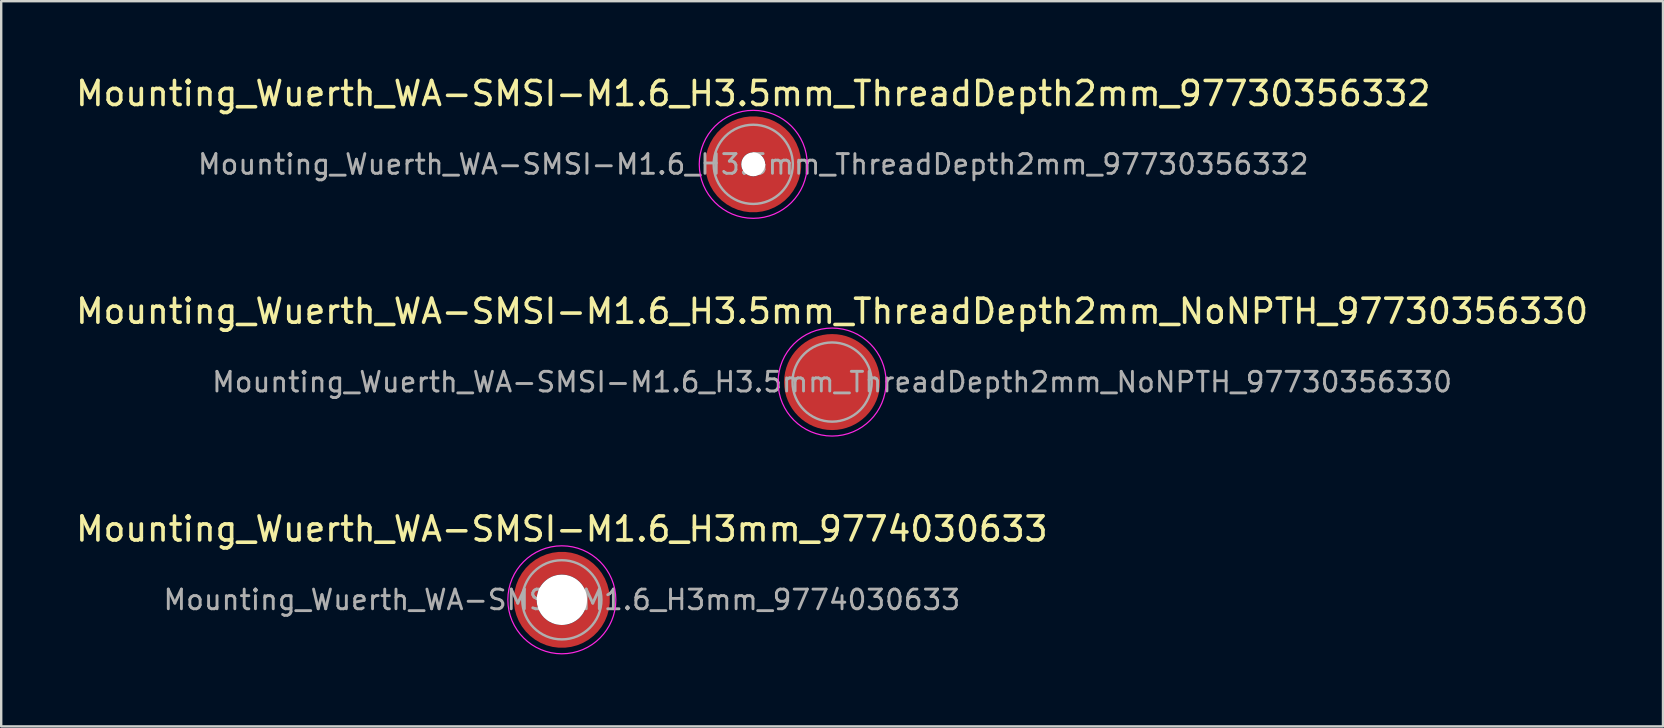
<source format=kicad_pcb>
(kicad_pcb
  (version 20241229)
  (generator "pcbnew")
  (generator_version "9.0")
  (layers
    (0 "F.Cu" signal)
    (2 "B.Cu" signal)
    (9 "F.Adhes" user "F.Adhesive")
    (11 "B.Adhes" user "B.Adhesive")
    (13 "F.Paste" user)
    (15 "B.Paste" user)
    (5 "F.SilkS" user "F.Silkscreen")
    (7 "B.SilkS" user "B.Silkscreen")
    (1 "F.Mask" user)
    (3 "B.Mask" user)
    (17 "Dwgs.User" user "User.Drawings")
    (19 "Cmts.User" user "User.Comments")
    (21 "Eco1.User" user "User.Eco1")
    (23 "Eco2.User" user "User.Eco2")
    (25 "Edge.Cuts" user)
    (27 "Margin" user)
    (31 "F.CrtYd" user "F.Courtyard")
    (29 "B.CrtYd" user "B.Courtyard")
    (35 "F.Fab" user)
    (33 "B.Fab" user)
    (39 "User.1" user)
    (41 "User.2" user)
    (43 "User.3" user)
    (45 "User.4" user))
  (footprint "Mounting_Wuerth_WA-SMSI-M1.6_H3mm_9774030633"
    (layer "F.Cu")
    (at 20.363 21.945)
    (property "Reference" "Mounting_Wuerth_WA-SMSI-M1.6_H3mm_9774030633" (at 0 -2.95 0) (layer "F.SilkS") (effects (font (size 1 1) (thickness 0.15))))
    (attr smd)
    (fp_circle (center 0 0) (end 2.25 0) (stroke (width 0.05) (type solid)) (fill no) (layer "F.CrtYd"))
    (fp_circle (center 0 0) (end 1.65 0) (stroke (width 0.1) (type solid)) (fill no) (layer "F.Fab"))
    (fp_text user "${REFERENCE}" (at 0 0 0) (layer "F.Fab") (effects (font (size 0.82 0.82) (thickness 0.12))))
    (pad "" smd custom (at -1.061 -1.061) (size 0.4 0.4) (layers "F.Paste") (options (anchor circle)) (primitives (gr_arc (start -0.101235 0.76066) (mid 0.211799 0.212465) (end 0.759748 -0.100999) (width 0.2)) (gr_arc (start -0.204251 0.76066) (mid 0.141299 0.141544) (end 0.760323 -0.204171) (width 0.2)) (gr_arc (start -0.306819 0.76066) (mid 0.070255 0.071167) (end 0.759401 -0.306542) (width 0.2)) (gr_arc (start -0.409034 0.76066) (mid -0.000242 0.000241) (end 0.759991 -0.408897) (width 0.2)) (gr_arc (start -0.510963 0.76066) (mid -0.071561 -0.06986) (end 0.758297 -0.51051) (width 0.2)) (gr_arc (start -0.61266 0.76066) (mid -0.142171 -0.140671) (end 0.758572 -0.612284) (width 0.2)) (gr_arc (start -0.714164 0.76066) (mid -0.212264 -0.212) (end 0.760292 -0.714102) (width 0.2)) (gr_line (start 0.761 -0.101) (end 0.761 -0.714) (width 0.2)) (gr_line (start -0.101 0.761) (end -0.714 0.761) (width 0.2))))
    (pad "" smd custom (at -1.061 1.061) (size 0.4 0.4) (layers "F.Paste") (options (anchor circle)) (primitives (gr_arc (start 0.76066 0.101235) (mid 0.212465 -0.211799) (end -0.100999 -0.759748) (width 0.2)) (gr_arc (start 0.76066 0.204251) (mid 0.141544 -0.141299) (end -0.204171 -0.760323) (width 0.2)) (gr_arc (start 0.76066 0.306819) (mid 0.071167 -0.070255) (end -0.306542 -0.759401) (width 0.2)) (gr_arc (start 0.76066 0.409034) (mid 0.000241 0.000242) (end -0.408897 -0.759991) (width 0.2)) (gr_arc (start 0.76066 0.510963) (mid -0.06986 0.071561) (end -0.51051 -0.758297) (width 0.2)) (gr_arc (start 0.76066 0.61266) (mid -0.140671 0.142171) (end -0.612284 -0.758572) (width 0.2)) (gr_arc (start 0.76066 0.714164) (mid -0.212 0.212264) (end -0.714102 -0.760292) (width 0.2)) (gr_line (start -0.101 -0.761) (end -0.714 -0.761) (width 0.2)) (gr_line (start 0.761 0.101) (end 0.761 0.714) (width 0.2))))
    (pad "" np_thru_hole circle (at 0 0) (size 2.1 2.1) (drill 2.1) (layers "*.Cu" "*.Mask"))
    (pad "" smd custom (at 1.061 -1.061) (size 0.4 0.4) (layers "F.Paste") (options (anchor circle)) (primitives (gr_arc (start -0.76066 -0.101235) (mid -0.212465 0.211799) (end 0.100999 0.759748) (width 0.2)) (gr_arc (start -0.76066 -0.204251) (mid -0.141544 0.141299) (end 0.204171 0.760323) (width 0.2)) (gr_arc (start -0.76066 -0.306819) (mid -0.071167 0.070255) (end 0.306542 0.759401) (width 0.2)) (gr_arc (start -0.76066 -0.409034) (mid -0.000241 -0.000242) (end 0.408897 0.759991) (width 0.2)) (gr_arc (start -0.76066 -0.510963) (mid 0.06986 -0.071561) (end 0.51051 0.758297) (width 0.2)) (gr_arc (start -0.76066 -0.61266) (mid 0.140671 -0.142171) (end 0.612284 0.758572) (width 0.2)) (gr_arc (start -0.76066 -0.714164) (mid 0.212 -0.212264) (end 0.714102 0.760292) (width 0.2)) (gr_line (start 0.101 0.761) (end 0.714 0.761) (width 0.2)) (gr_line (start -0.761 -0.101) (end -0.761 -0.714) (width 0.2))))
    (pad "" smd custom (at 1.061 1.061) (size 0.4 0.4) (layers "F.Paste") (options (anchor circle)) (primitives (gr_arc (start 0.101235 -0.76066) (mid -0.211799 -0.212465) (end -0.759748 0.100999) (width 0.2)) (gr_arc (start 0.204251 -0.76066) (mid -0.141299 -0.141544) (end -0.760323 0.204171) (width 0.2)) (gr_arc (start 0.306819 -0.76066) (mid -0.070255 -0.071167) (end -0.759401 0.306542) (width 0.2)) (gr_arc (start 0.409034 -0.76066) (mid 0.000242 -0.000241) (end -0.759991 0.408897) (width 0.2)) (gr_arc (start 0.510963 -0.76066) (mid 0.071561 0.06986) (end -0.758297 0.51051) (width 0.2)) (gr_arc (start 0.61266 -0.76066) (mid 0.142171 0.140671) (end -0.758572 0.612284) (width 0.2)) (gr_arc (start 0.714164 -0.76066) (mid 0.212264 0.212) (end -0.760292 0.714102) (width 0.2)) (gr_line (start -0.761 0.101) (end -0.761 0.714) (width 0.2)) (gr_line (start 0.101 -0.761) (end 0.714 -0.761) (width 0.2))))
    (pad "1" smd circle (at -1.525 0) (size 0.55 0.55) (layers "F.Cu"))
    (pad "1" smd circle (at 0 -1.525) (size 0.55 0.55) (layers "F.Cu"))
    (pad "1" smd circle (at 0 1.525) (size 0.55 0.55) (layers "F.Cu"))
    (pad "1" smd custom (at 1.525 0) (size 0.55 0.55) (layers "F.Cu" "F.Mask") (options (anchor circle)) (primitives (gr_circle (center -1.525 0) (end 0 0) (width 0.95) (fill no)))))
  (footprint "Mounting_Wuerth_WA-SMSI-M1.6_H3.5mm_ThreadDepth2mm_NoNPTH_97730356330"
    (layer "F.Cu")
    (at 31.625 12.871)
    (property "Reference" "Mounting_Wuerth_WA-SMSI-M1.6_H3.5mm_ThreadDepth2mm_NoNPTH_97730356330" (at 0 -2.95 0) (layer "F.SilkS") (effects (font (size 1 1) (thickness 0.15))))
    (attr smd)
    (fp_circle (center 0 0) (end 2.25 0) (stroke (width 0.05) (type solid)) (fill no) (layer "F.CrtYd"))
    (fp_circle (center 0 0) (end 1.65 0) (stroke (width 0.1) (type solid)) (fill no) (layer "F.Fab"))
    (fp_text user "${REFERENCE}" (at 0 0 0) (layer "F.Fab") (effects (font (size 0.82 0.82) (thickness 0.12))))
    (pad "" smd custom (at -0.778 -0.778) (size 1.2 1.2) (layers "F.Paste") (options (anchor circle)) (primitives (gr_arc (start 0.465568 0.527817) (mid 0.494887 0.495062) (end 0.527624 0.465723) (width 0.2)) (gr_arc (start 0.344805 0.527817) (mid 0.424264 0.424264) (end 0.527818 0.344805) (width 0.2)) (gr_arc (start 0.232382 0.527817) (mid 0.353364 0.353743) (end 0.527329 0.232606) (width 0.2)) (gr_arc (start 0.123983 0.527817) (mid 0.282626 0.28306) (end 0.527243 0.124203) (width 0.2)) (gr_arc (start 0.017883 0.527817) (mid 0.211737 0.212527) (end 0.526755 0.018233) (width 0.2)) (gr_arc (start -0.086763 0.527817) (mid 0.141173 0.14167) (end 0.527142 -0.086568) (width 0.2)) (gr_arc (start -0.190428 0.527817) (mid 0.070433 0.070988) (end 0.527057 -0.190232) (width 0.2)) (gr_arc (start -0.293397 0.527817) (mid -0.000182 0.000182) (end 0.527315 -0.29328) (width 0.2)) (gr_arc (start -0.395852 0.527817) (mid -0.071085 -0.070336) (end 0.526781 -0.395631) (width 0.2)) (gr_arc (start -0.497918 0.527817) (mid -0.141622 -0.141221) (end 0.52726 -0.497809) (width 0.2)) (gr_arc (start -0.59968 0.527817) (mid -0.212364 -0.2119) (end 0.527171 -0.599563) (width 0.2)) (gr_arc (start -0.701202 0.527817) (mid -0.282952 -0.282733) (end 0.527511 -0.70115) (width 0.2)) (gr_arc (start -0.802531 0.527817) (mid -0.353765 -0.353343) (end 0.527227 -0.802438) (width 0.2)) (gr_arc (start -0.9037 0.527817) (mid -0.425176 -0.423352) (end 0.525265 -0.903319) (width 0.2)) (gr_arc (start -1.004737 0.527817) (mid -0.49534 -0.49461) (end 0.526794 -1.004593) (width 0.2)) (gr_line (start 0.528 0.466) (end 0.528 -1.005) (width 0.2)) (gr_line (start 0.466 0.528) (end -1.005 0.528) (width 0.2))))
    (pad "" smd custom (at -0.778 0.778) (size 1.2 1.2) (layers "F.Paste") (options (anchor circle)) (primitives (gr_arc (start 0.527817 -0.465568) (mid 0.495062 -0.494887) (end 0.465723 -0.527624) (width 0.2)) (gr_arc (start 0.527817 -0.344805) (mid 0.424264 -0.424264) (end 0.344805 -0.527818) (width 0.2)) (gr_arc (start 0.527817 -0.232382) (mid 0.353743 -0.353364) (end 0.232606 -0.527329) (width 0.2)) (gr_arc (start 0.527817 -0.123983) (mid 0.28306 -0.282626) (end 0.124203 -0.527243) (width 0.2)) (gr_arc (start 0.527817 -0.017883) (mid 0.212527 -0.211737) (end 0.018233 -0.526755) (width 0.2)) (gr_arc (start 0.527817 0.086763) (mid 0.14167 -0.141173) (end -0.086568 -0.527142) (width 0.2)) (gr_arc (start 0.527817 0.190428) (mid 0.070988 -0.070433) (end -0.190232 -0.527057) (width 0.2)) (gr_arc (start 0.527817 0.293397) (mid 0.000182 0.000182) (end -0.29328 -0.527315) (width 0.2)) (gr_arc (start 0.527817 0.395852) (mid -0.070336 0.071085) (end -0.395631 -0.526781) (width 0.2)) (gr_arc (start 0.527817 0.497918) (mid -0.141221 0.141622) (end -0.497809 -0.52726) (width 0.2)) (gr_arc (start 0.527817 0.59968) (mid -0.2119 0.212364) (end -0.599563 -0.527171) (width 0.2)) (gr_arc (start 0.527817 0.701202) (mid -0.282733 0.282952) (end -0.70115 -0.527511) (width 0.2)) (gr_arc (start 0.527817 0.802531) (mid -0.353343 0.353765) (end -0.802438 -0.527227) (width 0.2)) (gr_arc (start 0.527817 0.9037) (mid -0.423352 0.425176) (end -0.903319 -0.525265) (width 0.2)) (gr_arc (start 0.527817 1.004737) (mid -0.49461 0.49534) (end -1.004593 -0.526794) (width 0.2)) (gr_line (start 0.466 -0.528) (end -1.005 -0.528) (width 0.2)) (gr_line (start 0.528 -0.466) (end 0.528 1.005) (width 0.2))))
    (pad "" smd custom (at 0.778 -0.778) (size 1.2 1.2) (layers "F.Paste") (options (anchor circle)) (primitives (gr_arc (start -0.527817 0.465568) (mid -0.495062 0.494887) (end -0.465723 0.527624) (width 0.2)) (gr_arc (start -0.527817 0.344805) (mid -0.424264 0.424264) (end -0.344805 0.527818) (width 0.2)) (gr_arc (start -0.527817 0.232382) (mid -0.353743 0.353364) (end -0.232606 0.527329) (width 0.2)) (gr_arc (start -0.527817 0.123983) (mid -0.28306 0.282626) (end -0.124203 0.527243) (width 0.2)) (gr_arc (start -0.527817 0.017883) (mid -0.212527 0.211737) (end -0.018233 0.526755) (width 0.2)) (gr_arc (start -0.527817 -0.086763) (mid -0.14167 0.141173) (end 0.086568 0.527142) (width 0.2)) (gr_arc (start -0.527817 -0.190428) (mid -0.070988 0.070433) (end 0.190232 0.527057) (width 0.2)) (gr_arc (start -0.527817 -0.293397) (mid -0.000182 -0.000182) (end 0.29328 0.527315) (width 0.2)) (gr_arc (start -0.527817 -0.395852) (mid 0.070336 -0.071085) (end 0.395631 0.526781) (width 0.2)) (gr_arc (start -0.527817 -0.497918) (mid 0.141221 -0.141622) (end 0.497809 0.52726) (width 0.2)) (gr_arc (start -0.527817 -0.59968) (mid 0.2119 -0.212364) (end 0.599563 0.527171) (width 0.2)) (gr_arc (start -0.527817 -0.701202) (mid 0.282733 -0.282952) (end 0.70115 0.527511) (width 0.2)) (gr_arc (start -0.527817 -0.802531) (mid 0.353343 -0.353765) (end 0.802438 0.527227) (width 0.2)) (gr_arc (start -0.527817 -0.9037) (mid 0.423352 -0.425176) (end 0.903319 0.525265) (width 0.2)) (gr_arc (start -0.527817 -1.004737) (mid 0.49461 -0.49534) (end 1.004593 0.526794) (width 0.2)) (gr_line (start -0.466 0.528) (end 1.005 0.528) (width 0.2)) (gr_line (start -0.528 0.466) (end -0.528 -1.005) (width 0.2))))
    (pad "" smd custom (at 0.778 0.778) (size 1.2 1.2) (layers "F.Paste") (options (anchor circle)) (primitives (gr_arc (start -0.465568 -0.527817) (mid -0.494887 -0.495062) (end -0.527624 -0.465723) (width 0.2)) (gr_arc (start -0.344805 -0.527817) (mid -0.424264 -0.424264) (end -0.527818 -0.344805) (width 0.2)) (gr_arc (start -0.232382 -0.527817) (mid -0.353364 -0.353743) (end -0.527329 -0.232606) (width 0.2)) (gr_arc (start -0.123983 -0.527817) (mid -0.282626 -0.28306) (end -0.527243 -0.124203) (width 0.2)) (gr_arc (start -0.017883 -0.527817) (mid -0.211737 -0.212527) (end -0.526755 -0.018233) (width 0.2)) (gr_arc (start 0.086763 -0.527817) (mid -0.141173 -0.14167) (end -0.527142 0.086568) (width 0.2)) (gr_arc (start 0.190428 -0.527817) (mid -0.070433 -0.070988) (end -0.527057 0.190232) (width 0.2)) (gr_arc (start 0.293397 -0.527817) (mid 0.000182 -0.000182) (end -0.527315 0.29328) (width 0.2)) (gr_arc (start 0.395852 -0.527817) (mid 0.071085 0.070336) (end -0.526781 0.395631) (width 0.2)) (gr_arc (start 0.497918 -0.527817) (mid 0.141622 0.141221) (end -0.52726 0.497809) (width 0.2)) (gr_arc (start 0.59968 -0.527817) (mid 0.212364 0.2119) (end -0.527171 0.599563) (width 0.2)) (gr_arc (start 0.701202 -0.527817) (mid 0.282952 0.282733) (end -0.527511 0.70115) (width 0.2)) (gr_arc (start 0.802531 -0.527817) (mid 0.353765 0.353343) (end -0.527227 0.802438) (width 0.2)) (gr_arc (start 0.9037 -0.527817) (mid 0.425176 0.423352) (end -0.525265 0.903319) (width 0.2)) (gr_arc (start 1.004737 -0.527817) (mid 0.49534 0.49461) (end -0.526794 1.004593) (width 0.2)) (gr_line (start -0.528 -0.466) (end -0.528 1.005) (width 0.2)) (gr_line (start -0.466 -0.528) (end 1.005 -0.528) (width 0.2))))
    (pad "1" smd circle (at 0 0) (size 4 4) (layers "F.Cu" "F.Mask")))
  (footprint "Mounting_Wuerth_WA-SMSI-M1.6_H3.5mm_ThreadDepth2mm_97730356332"
    (layer "F.Cu")
    (at 28.339 3.798)
    (property "Reference" "Mounting_Wuerth_WA-SMSI-M1.6_H3.5mm_ThreadDepth2mm_97730356332" (at 0 -2.95 0) (layer "F.SilkS") (effects (font (size 1 1) (thickness 0.15))))
    (attr smd)
    (fp_circle (center 0 0) (end 2.25 0) (stroke (width 0.05) (type solid)) (fill no) (layer "F.CrtYd"))
    (fp_circle (center 0 0) (end 1.65 0) (stroke (width 0.1) (type solid)) (fill no) (layer "F.Fab"))
    (fp_text user "${REFERENCE}" (at 0 0 0) (layer "F.Fab") (effects (font (size 0.82 0.82) (thickness 0.12))))
    (pad "" smd custom (at 0 -1.25) (size 0.9 0.9) (layers "F.Paste") (options (anchor circle)) (primitives (gr_arc (start -0.259808 0.6) (mid -0.00045 0.55) (end 0.258972 0.599667) (width 0.2)) (gr_arc (start -0.466369 0.6) (mid -0.000127 0.45) (end 0.466163 0.599852) (width 0.2)) (gr_arc (start -0.622495 0.6) (mid -0.000185 0.35) (end 0.622228 0.599745) (width 0.2)) (gr_arc (start -0.759934 0.6) (mid -0.000146 0.25) (end 0.759744 0.599777) (width 0.2)) (gr_arc (start -0.887412 0.6) (mid -0.000546 0.15) (end 0.886766 0.599119) (width 0.2)) (gr_arc (start -1.008712 0.6) (mid -0.000059 0.05) (end 1.008648 0.5999) (width 0.2)) (gr_arc (start -1.125833 0.6) (mid -0.001134 -0.049999) (end 1.124697 0.598036) (width 0.2)) (gr_arc (start -1.23996 0.6) (mid -0.00088 -0.15) (end 1.239142 0.598442) (width 0.2)) (gr_arc (start -1.351851 0.6) (mid -0.000542 -0.25) (end 1.351381 0.599023) (width 0.2)) (gr_arc (start -1.462019 0.6) (mid -0.000852 -0.35) (end 1.461326 0.598443) (width 0.2)) (gr_arc (start -1.570828 0.6) (mid -0.000608 -0.45) (end 1.570363 0.598876) (width 0.2)) (gr_arc (start -1.678541 0.6) (mid -0.000991 -0.55) (end 1.677824 0.598152) (width 0.2)) (gr_line (start 0.26 0.6) (end 1.679 0.6) (width 0.2)) (gr_line (start -0.26 0.6) (end -1.679 0.6) (width 0.2))))
    (pad "" np_thru_hole circle (at 0 0) (size 1 1) (drill 1) (layers "*.Cu" "*.Mask"))
    (pad "" smd custom (at 0 1.25) (size 0.9 0.9) (layers "F.Paste") (options (anchor circle)) (primitives (gr_arc (start 0.259808 -0.6) (mid 0.00045 -0.55) (end -0.258972 -0.599667) (width 0.2)) (gr_arc (start 0.466369 -0.6) (mid 0.000127 -0.45) (end -0.466163 -0.599852) (width 0.2)) (gr_arc (start 0.622495 -0.6) (mid 0.000185 -0.35) (end -0.622228 -0.599745) (width 0.2)) (gr_arc (start 0.759934 -0.6) (mid 0.000146 -0.25) (end -0.759744 -0.599777) (width 0.2)) (gr_arc (start 0.887412 -0.6) (mid 0.000546 -0.15) (end -0.886766 -0.599119) (width 0.2)) (gr_arc (start 1.008712 -0.6) (mid 0.000059 -0.05) (end -1.008648 -0.5999) (width 0.2)) (gr_arc (start 1.125833 -0.6) (mid 0.001134 0.049999) (end -1.124697 -0.598036) (width 0.2)) (gr_arc (start 1.23996 -0.6) (mid 0.00088 0.15) (end -1.239142 -0.598442) (width 0.2)) (gr_arc (start 1.351851 -0.6) (mid 0.000542 0.25) (end -1.351381 -0.599023) (width 0.2)) (gr_arc (start 1.462019 -0.6) (mid 0.000852 0.35) (end -1.461326 -0.598443) (width 0.2)) (gr_arc (start 1.570828 -0.6) (mid 0.000608 0.45) (end -1.570363 -0.598876) (width 0.2)) (gr_arc (start 1.678541 -0.6) (mid 0.000991 0.55) (end -1.677824 -0.598152) (width 0.2)) (gr_line (start -0.26 -0.6) (end -1.679 -0.6) (width 0.2)) (gr_line (start 0.26 -0.6) (end 1.679 -0.6) (width 0.2))))
    (pad "1" smd circle (at -1.25 0) (size 1.1 1.1) (layers "F.Cu"))
    (pad "1" smd circle (at 0 -1.25) (size 1.1 1.1) (layers "F.Cu"))
    (pad "1" smd circle (at 0 1.25) (size 1.1 1.1) (layers "F.Cu"))
    (pad "1" smd custom (at 1.25 0) (size 1.1 1.1) (layers "F.Cu" "F.Mask") (options (anchor circle)) (primitives (gr_circle (center -1.25 0) (end 0 0) (width 1.5) (fill no)))))
  (gr_rect
    (start -3 -3)
    (end 66.25 27.22)
    (stroke (width 0.1) (type default))
    (fill no)
    (layer "Edge.Cuts")))
</source>
